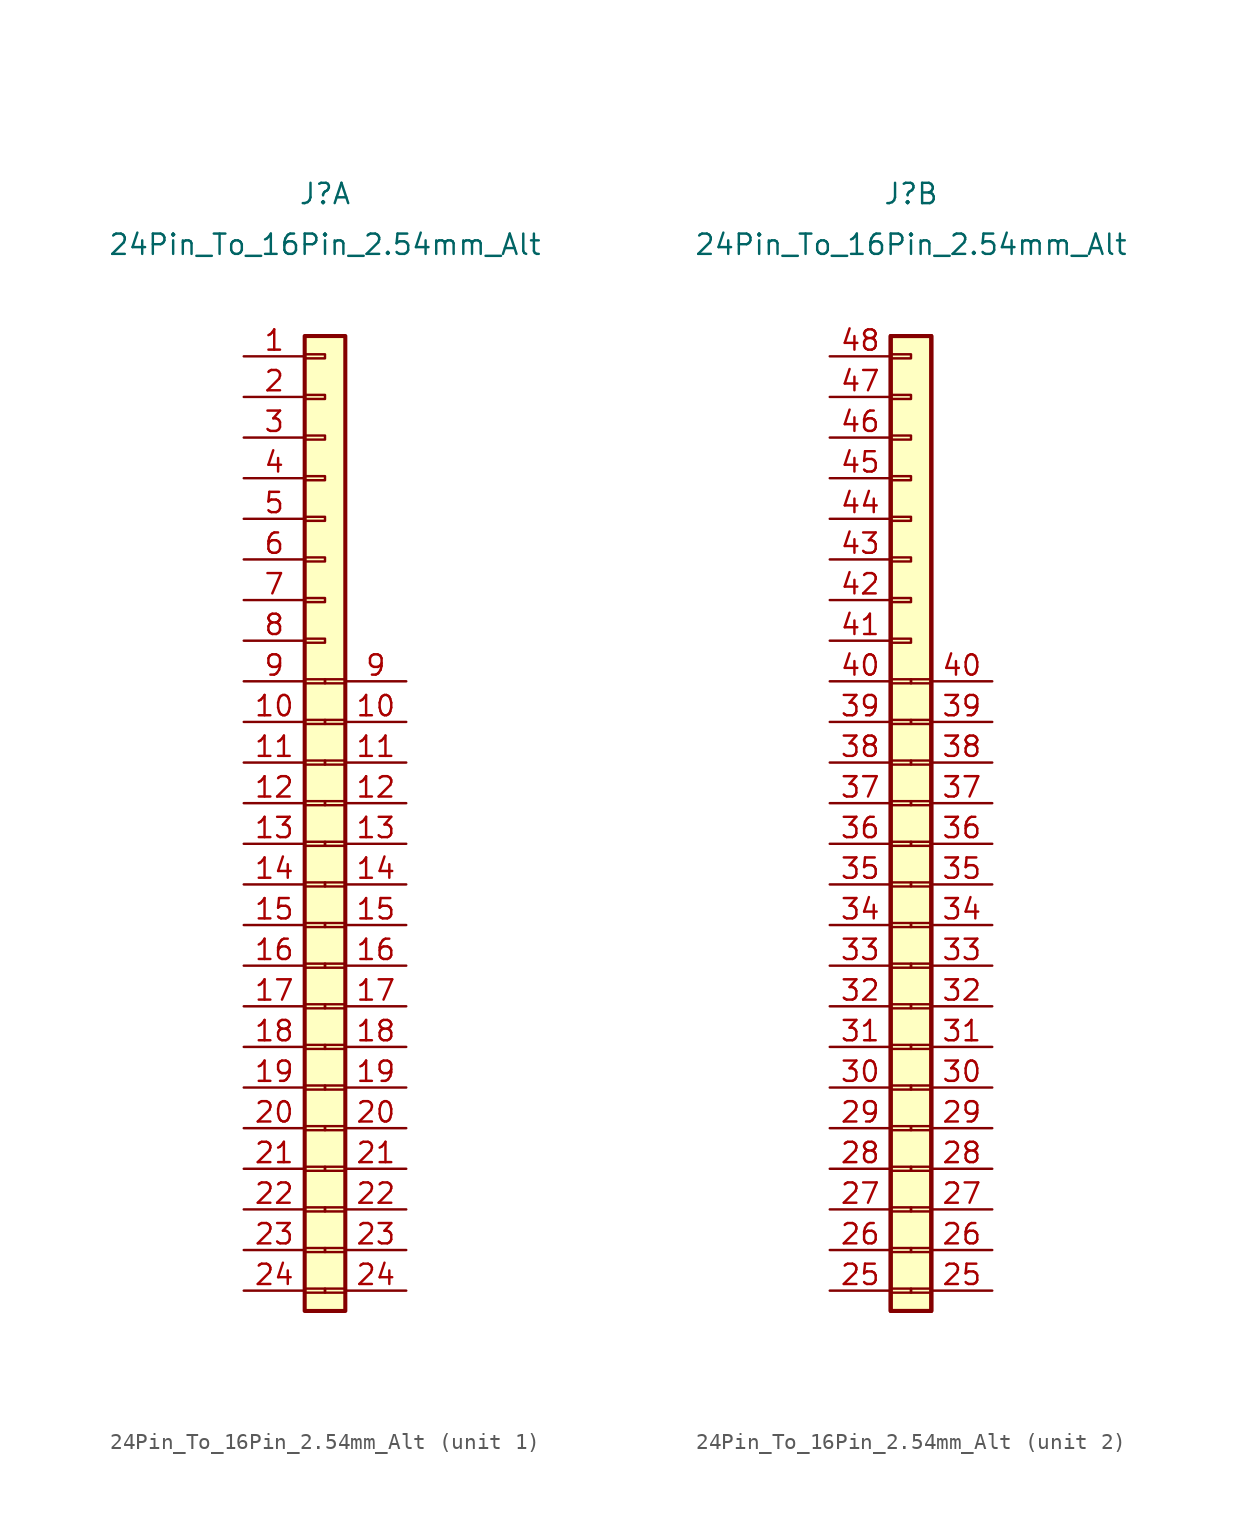
<source format=kicad_sym>
(kicad_symbol_lib
  (version 20211014)
  (generator kicad_symbol_editor)
  (symbol "24Pin_To_16Pin_2.54mm_Alt"
    (property "Reference" "J"
      (at 0 8.89 0)
      (effects (font (size 1.27 1.27))))
    (property "Value" "24Pin_To_16Pin_2.54mm_Alt"
      (at 0 5.715 0)
      (effects (font (size 1.27 1.27))))
    (property "ki_locked" ""
      (at 0 0 0)
      (effects (font (size 1.27 1.27))))
    (symbol "24Pin_To_16Pin_2.54mm_Alt_1_1"
      (rectangle (start -1.27 -59.563) (end 0 -59.817) (stroke (width 0.152) (type default) (color 0 0 0 0)) (fill (type none)))
      (rectangle (start -1.27 -57.023) (end 0 -57.277) (stroke (width 0.152) (type default) (color 0 0 0 0)) (fill (type none)))
      (rectangle (start -1.27 -54.483) (end 0 -54.737) (stroke (width 0.152) (type default) (color 0 0 0 0)) (fill (type none)))
      (rectangle (start -1.27 -51.943) (end 0 -52.197) (stroke (width 0.152) (type default) (color 0 0 0 0)) (fill (type none)))
      (rectangle (start -1.27 -49.403) (end 0 -49.657) (stroke (width 0.152) (type default) (color 0 0 0 0)) (fill (type none)))
      (rectangle (start -1.27 -46.863) (end 0 -47.117) (stroke (width 0.152) (type default) (color 0 0 0 0)) (fill (type none)))
      (rectangle (start -1.27 -44.323) (end 0 -44.577) (stroke (width 0.152) (type default) (color 0 0 0 0)) (fill (type none)))
      (rectangle (start -1.27 -41.783) (end 0 -42.037) (stroke (width 0.152) (type default) (color 0 0 0 0)) (fill (type none)))
      (rectangle (start -1.27 -39.243) (end 0 -39.497) (stroke (width 0.152) (type default) (color 0 0 0 0)) (fill (type none)))
      (rectangle (start -1.27 -36.703) (end 0 -36.957) (stroke (width 0.152) (type default) (color 0 0 0 0)) (fill (type none)))
      (rectangle (start -1.27 -34.163) (end 0 -34.417) (stroke (width 0.152) (type default) (color 0 0 0 0)) (fill (type none)))
      (rectangle (start -1.27 -31.623) (end 0 -31.877) (stroke (width 0.152) (type default) (color 0 0 0 0)) (fill (type none)))
      (rectangle (start -1.27 -29.083) (end 0 -29.337) (stroke (width 0.152) (type default) (color 0 0 0 0)) (fill (type none)))
      (rectangle (start -1.27 -26.543) (end 0 -26.797) (stroke (width 0.152) (type default) (color 0 0 0 0)) (fill (type none)))
      (rectangle (start -1.27 -24.003) (end 0 -24.257) (stroke (width 0.152) (type default) (color 0 0 0 0)) (fill (type none)))
      (rectangle (start -1.27 -21.463) (end 0 -21.717) (stroke (width 0.152) (type default) (color 0 0 0 0)) (fill (type none)))
      (rectangle (start -1.27 -18.923) (end 0 -19.177) (stroke (width 0.152) (type default) (color 0 0 0 0)) (fill (type none)))
      (rectangle (start -1.27 -16.383) (end 0 -16.637) (stroke (width 0.152) (type default) (color 0 0 0 0)) (fill (type none)))
      (rectangle (start -1.27 -13.843) (end 0 -14.097) (stroke (width 0.152) (type default) (color 0 0 0 0)) (fill (type none)))
      (rectangle (start -1.27 -11.303) (end 0 -11.557) (stroke (width 0.152) (type default) (color 0 0 0 0)) (fill (type none)))
      (rectangle (start -1.27 -8.763) (end 0 -9.017) (stroke (width 0.152) (type default) (color 0 0 0 0)) (fill (type none)))
      (rectangle (start -1.27 -6.223) (end 0 -6.477) (stroke (width 0.152) (type default) (color 0 0 0 0)) (fill (type none)))
      (rectangle (start -1.27 -3.683) (end 0 -3.937) (stroke (width 0.152) (type default) (color 0 0 0 0)) (fill (type none)))
      (rectangle (start -1.27 -1.143) (end 0 -1.397) (stroke (width 0.152) (type default) (color 0 0 0 0)) (fill (type none)))
      (rectangle (start -1.27 0) (end 1.27 -60.96) (stroke (width 0.254) (type default) (color 0 0 0 0)) (fill (type background)))
      (rectangle (start 0 -59.817) (end 1.27 -59.563) (stroke (width 0.152) (type default) (color 0 0 0 0)) (fill (type none)))
      (rectangle (start 0 -57.277) (end 1.27 -57.023) (stroke (width 0.152) (type default) (color 0 0 0 0)) (fill (type none)))
      (rectangle (start 0 -54.737) (end 1.27 -54.483) (stroke (width 0.152) (type default) (color 0 0 0 0)) (fill (type none)))
      (rectangle (start 0 -52.197) (end 1.27 -51.943) (stroke (width 0.152) (type default) (color 0 0 0 0)) (fill (type none)))
      (rectangle (start 0 -49.657) (end 1.27 -49.403) (stroke (width 0.152) (type default) (color 0 0 0 0)) (fill (type none)))
      (rectangle (start 0 -47.117) (end 1.27 -46.863) (stroke (width 0.152) (type default) (color 0 0 0 0)) (fill (type none)))
      (rectangle (start 0 -44.577) (end 1.27 -44.323) (stroke (width 0.152) (type default) (color 0 0 0 0)) (fill (type none)))
      (rectangle (start 0 -42.037) (end 1.27 -41.783) (stroke (width 0.152) (type default) (color 0 0 0 0)) (fill (type none)))
      (rectangle (start 0 -39.497) (end 1.27 -39.243) (stroke (width 0.152) (type default) (color 0 0 0 0)) (fill (type none)))
      (rectangle (start 0 -36.957) (end 1.27 -36.703) (stroke (width 0.152) (type default) (color 0 0 0 0)) (fill (type none)))
      (rectangle (start 0 -34.417) (end 1.27 -34.163) (stroke (width 0.152) (type default) (color 0 0 0 0)) (fill (type none)))
      (rectangle (start 0 -31.877) (end 1.27 -31.623) (stroke (width 0.152) (type default) (color 0 0 0 0)) (fill (type none)))
      (rectangle (start 0 -29.337) (end 1.27 -29.083) (stroke (width 0.152) (type default) (color 0 0 0 0)) (fill (type none)))
      (rectangle (start 0 -26.797) (end 1.27 -26.543) (stroke (width 0.152) (type default) (color 0 0 0 0)) (fill (type none)))
      (rectangle (start 0 -24.257) (end 1.27 -24.003) (stroke (width 0.152) (type default) (color 0 0 0 0)) (fill (type none)))
      (rectangle (start 0 -21.717) (end 1.27 -21.463) (stroke (width 0.152) (type default) (color 0 0 0 0)) (fill (type none)))
      (pin passive line (at -5.08 -1.27 0) (length 3.81) (name "" (effects (font (size 1.27 1.27)))) (number "1" (effects (font (size 1.27 1.27)))))
      (pin passive line (at -5.08 -24.13 0) (length 3.81) (name "" (effects (font (size 1.27 1.27)))) (number "10" (effects (font (size 1.27 1.27)))))
      (pin passive line (at 5.08 -24.13 180) (length 3.81) (name "" (effects (font (size 1.27 1.27)))) (number "10" (effects (font (size 1.27 1.27)))))
      (pin passive line (at -5.08 -26.67 0) (length 3.81) (name "" (effects (font (size 1.27 1.27)))) (number "11" (effects (font (size 1.27 1.27)))))
      (pin passive line (at 5.08 -26.67 180) (length 3.81) (name "" (effects (font (size 1.27 1.27)))) (number "11" (effects (font (size 1.27 1.27)))))
      (pin passive line (at -5.08 -29.21 0) (length 3.81) (name "" (effects (font (size 1.27 1.27)))) (number "12" (effects (font (size 1.27 1.27)))))
      (pin passive line (at 5.08 -29.21 180) (length 3.81) (name "" (effects (font (size 1.27 1.27)))) (number "12" (effects (font (size 1.27 1.27)))))
      (pin passive line (at -5.08 -31.75 0) (length 3.81) (name "" (effects (font (size 1.27 1.27)))) (number "13" (effects (font (size 1.27 1.27)))))
      (pin passive line (at 5.08 -31.75 180) (length 3.81) (name "" (effects (font (size 1.27 1.27)))) (number "13" (effects (font (size 1.27 1.27)))))
      (pin passive line (at -5.08 -34.29 0) (length 3.81) (name "" (effects (font (size 1.27 1.27)))) (number "14" (effects (font (size 1.27 1.27)))))
      (pin passive line (at 5.08 -34.29 180) (length 3.81) (name "" (effects (font (size 1.27 1.27)))) (number "14" (effects (font (size 1.27 1.27)))))
      (pin passive line (at -5.08 -36.83 0) (length 3.81) (name "" (effects (font (size 1.27 1.27)))) (number "15" (effects (font (size 1.27 1.27)))))
      (pin passive line (at 5.08 -36.83 180) (length 3.81) (name "" (effects (font (size 1.27 1.27)))) (number "15" (effects (font (size 1.27 1.27)))))
      (pin passive line (at -5.08 -39.37 0) (length 3.81) (name "" (effects (font (size 1.27 1.27)))) (number "16" (effects (font (size 1.27 1.27)))))
      (pin passive line (at 5.08 -39.37 180) (length 3.81) (name "" (effects (font (size 1.27 1.27)))) (number "16" (effects (font (size 1.27 1.27)))))
      (pin passive line (at -5.08 -41.91 0) (length 3.81) (name "" (effects (font (size 1.27 1.27)))) (number "17" (effects (font (size 1.27 1.27)))))
      (pin passive line (at 5.08 -41.91 180) (length 3.81) (name "" (effects (font (size 1.27 1.27)))) (number "17" (effects (font (size 1.27 1.27)))))
      (pin passive line (at -5.08 -44.45 0) (length 3.81) (name "" (effects (font (size 1.27 1.27)))) (number "18" (effects (font (size 1.27 1.27)))))
      (pin passive line (at 5.08 -44.45 180) (length 3.81) (name "" (effects (font (size 1.27 1.27)))) (number "18" (effects (font (size 1.27 1.27)))))
      (pin passive line (at -5.08 -46.99 0) (length 3.81) (name "" (effects (font (size 1.27 1.27)))) (number "19" (effects (font (size 1.27 1.27)))))
      (pin passive line (at 5.08 -46.99 180) (length 3.81) (name "" (effects (font (size 1.27 1.27)))) (number "19" (effects (font (size 1.27 1.27)))))
      (pin passive line (at -5.08 -3.81 0) (length 3.81) (name "" (effects (font (size 1.27 1.27)))) (number "2" (effects (font (size 1.27 1.27)))))
      (pin passive line (at -5.08 -49.53 0) (length 3.81) (name "" (effects (font (size 1.27 1.27)))) (number "20" (effects (font (size 1.27 1.27)))))
      (pin passive line (at 5.08 -49.53 180) (length 3.81) (name "" (effects (font (size 1.27 1.27)))) (number "20" (effects (font (size 1.27 1.27)))))
      (pin passive line (at -5.08 -52.07 0) (length 3.81) (name "" (effects (font (size 1.27 1.27)))) (number "21" (effects (font (size 1.27 1.27)))))
      (pin passive line (at 5.08 -52.07 180) (length 3.81) (name "" (effects (font (size 1.27 1.27)))) (number "21" (effects (font (size 1.27 1.27)))))
      (pin passive line (at -5.08 -54.61 0) (length 3.81) (name "" (effects (font (size 1.27 1.27)))) (number "22" (effects (font (size 1.27 1.27)))))
      (pin passive line (at 5.08 -54.61 180) (length 3.81) (name "" (effects (font (size 1.27 1.27)))) (number "22" (effects (font (size 1.27 1.27)))))
      (pin passive line (at -5.08 -57.15 0) (length 3.81) (name "" (effects (font (size 1.27 1.27)))) (number "23" (effects (font (size 1.27 1.27)))))
      (pin passive line (at 5.08 -57.15 180) (length 3.81) (name "" (effects (font (size 1.27 1.27)))) (number "23" (effects (font (size 1.27 1.27)))))
      (pin passive line (at -5.08 -59.69 0) (length 3.81) (name "" (effects (font (size 1.27 1.27)))) (number "24" (effects (font (size 1.27 1.27)))))
      (pin passive line (at 5.08 -59.69 180) (length 3.81) (name "" (effects (font (size 1.27 1.27)))) (number "24" (effects (font (size 1.27 1.27)))))
      (pin passive line (at -5.08 -6.35 0) (length 3.81) (name "" (effects (font (size 1.27 1.27)))) (number "3" (effects (font (size 1.27 1.27)))))
      (pin passive line (at -5.08 -8.89 0) (length 3.81) (name "" (effects (font (size 1.27 1.27)))) (number "4" (effects (font (size 1.27 1.27)))))
      (pin passive line (at -5.08 -11.43 0) (length 3.81) (name "" (effects (font (size 1.27 1.27)))) (number "5" (effects (font (size 1.27 1.27)))))
      (pin passive line (at -5.08 -13.97 0) (length 3.81) (name "" (effects (font (size 1.27 1.27)))) (number "6" (effects (font (size 1.27 1.27)))))
      (pin passive line (at -5.08 -16.51 0) (length 3.81) (name "" (effects (font (size 1.27 1.27)))) (number "7" (effects (font (size 1.27 1.27)))))
      (pin passive line (at -5.08 -19.05 0) (length 3.81) (name "" (effects (font (size 1.27 1.27)))) (number "8" (effects (font (size 1.27 1.27)))))
      (pin passive line (at -5.08 -21.59 0) (length 3.81) (name "" (effects (font (size 1.27 1.27)))) (number "9" (effects (font (size 1.27 1.27)))))
      (pin passive line (at 5.08 -21.59 180) (length 3.81) (name "" (effects (font (size 1.27 1.27)))) (number "9" (effects (font (size 1.27 1.27))))))
    (symbol "24Pin_To_16Pin_2.54mm_Alt_2_1"
      (rectangle (start -1.27 -60.96) (end 1.27 0) (stroke (width 0.254) (type default) (color 0 0 0 0)) (fill (type background)))
      (rectangle (start -1.27 -59.563) (end 0 -59.817) (stroke (width 0.152) (type default) (color 0 0 0 0)) (fill (type none)))
      (rectangle (start -1.27 -57.023) (end 0 -57.277) (stroke (width 0.152) (type default) (color 0 0 0 0)) (fill (type none)))
      (rectangle (start -1.27 -54.483) (end 0 -54.737) (stroke (width 0.152) (type default) (color 0 0 0 0)) (fill (type none)))
      (rectangle (start -1.27 -51.943) (end 0 -52.197) (stroke (width 0.152) (type default) (color 0 0 0 0)) (fill (type none)))
      (rectangle (start -1.27 -49.403) (end 0 -49.657) (stroke (width 0.152) (type default) (color 0 0 0 0)) (fill (type none)))
      (rectangle (start -1.27 -46.863) (end 0 -47.117) (stroke (width 0.152) (type default) (color 0 0 0 0)) (fill (type none)))
      (rectangle (start -1.27 -44.323) (end 0 -44.577) (stroke (width 0.152) (type default) (color 0 0 0 0)) (fill (type none)))
      (rectangle (start -1.27 -41.783) (end 0 -42.037) (stroke (width 0.152) (type default) (color 0 0 0 0)) (fill (type none)))
      (rectangle (start -1.27 -39.243) (end 0 -39.497) (stroke (width 0.152) (type default) (color 0 0 0 0)) (fill (type none)))
      (rectangle (start -1.27 -36.703) (end 0 -36.957) (stroke (width 0.152) (type default) (color 0 0 0 0)) (fill (type none)))
      (rectangle (start -1.27 -34.163) (end 0 -34.417) (stroke (width 0.152) (type default) (color 0 0 0 0)) (fill (type none)))
      (rectangle (start -1.27 -31.623) (end 0 -31.877) (stroke (width 0.152) (type default) (color 0 0 0 0)) (fill (type none)))
      (rectangle (start -1.27 -29.083) (end 0 -29.337) (stroke (width 0.152) (type default) (color 0 0 0 0)) (fill (type none)))
      (rectangle (start -1.27 -26.543) (end 0 -26.797) (stroke (width 0.152) (type default) (color 0 0 0 0)) (fill (type none)))
      (rectangle (start -1.27 -24.003) (end 0 -24.257) (stroke (width 0.152) (type default) (color 0 0 0 0)) (fill (type none)))
      (rectangle (start -1.27 -21.463) (end 0 -21.717) (stroke (width 0.152) (type default) (color 0 0 0 0)) (fill (type none)))
      (rectangle (start -1.27 -18.923) (end 0 -19.177) (stroke (width 0.152) (type default) (color 0 0 0 0)) (fill (type none)))
      (rectangle (start -1.27 -16.383) (end 0 -16.637) (stroke (width 0.152) (type default) (color 0 0 0 0)) (fill (type none)))
      (rectangle (start -1.27 -13.843) (end 0 -14.097) (stroke (width 0.152) (type default) (color 0 0 0 0)) (fill (type none)))
      (rectangle (start -1.27 -11.303) (end 0 -11.557) (stroke (width 0.152) (type default) (color 0 0 0 0)) (fill (type none)))
      (rectangle (start -1.27 -8.763) (end 0 -9.017) (stroke (width 0.152) (type default) (color 0 0 0 0)) (fill (type none)))
      (rectangle (start -1.27 -6.223) (end 0 -6.477) (stroke (width 0.152) (type default) (color 0 0 0 0)) (fill (type none)))
      (rectangle (start -1.27 -3.683) (end 0 -3.937) (stroke (width 0.152) (type default) (color 0 0 0 0)) (fill (type none)))
      (rectangle (start -1.27 -1.143) (end 0 -1.397) (stroke (width 0.152) (type default) (color 0 0 0 0)) (fill (type none)))
      (rectangle (start -1.27 0) (end 1.27 -60.96) (stroke (width 0.254) (type default) (color 0 0 0 0)) (fill (type background)))
      (rectangle (start 0 -59.817) (end 1.27 -59.563) (stroke (width 0.152) (type default) (color 0 0 0 0)) (fill (type none)))
      (rectangle (start 0 -57.277) (end 1.27 -57.023) (stroke (width 0.152) (type default) (color 0 0 0 0)) (fill (type none)))
      (rectangle (start 0 -54.737) (end 1.27 -54.483) (stroke (width 0.152) (type default) (color 0 0 0 0)) (fill (type none)))
      (rectangle (start 0 -52.197) (end 1.27 -51.943) (stroke (width 0.152) (type default) (color 0 0 0 0)) (fill (type none)))
      (rectangle (start 0 -49.657) (end 1.27 -49.403) (stroke (width 0.152) (type default) (color 0 0 0 0)) (fill (type none)))
      (rectangle (start 0 -47.117) (end 1.27 -46.863) (stroke (width 0.152) (type default) (color 0 0 0 0)) (fill (type none)))
      (rectangle (start 0 -44.577) (end 1.27 -44.323) (stroke (width 0.152) (type default) (color 0 0 0 0)) (fill (type none)))
      (rectangle (start 0 -42.037) (end 1.27 -41.783) (stroke (width 0.152) (type default) (color 0 0 0 0)) (fill (type none)))
      (rectangle (start 0 -39.497) (end 1.27 -39.243) (stroke (width 0.152) (type default) (color 0 0 0 0)) (fill (type none)))
      (rectangle (start 0 -36.957) (end 1.27 -36.703) (stroke (width 0.152) (type default) (color 0 0 0 0)) (fill (type none)))
      (rectangle (start 0 -34.417) (end 1.27 -34.163) (stroke (width 0.152) (type default) (color 0 0 0 0)) (fill (type none)))
      (rectangle (start 0 -31.877) (end 1.27 -31.623) (stroke (width 0.152) (type default) (color 0 0 0 0)) (fill (type none)))
      (rectangle (start 0 -29.337) (end 1.27 -29.083) (stroke (width 0.152) (type default) (color 0 0 0 0)) (fill (type none)))
      (rectangle (start 0 -26.797) (end 1.27 -26.543) (stroke (width 0.152) (type default) (color 0 0 0 0)) (fill (type none)))
      (rectangle (start 0 -24.257) (end 1.27 -24.003) (stroke (width 0.152) (type default) (color 0 0 0 0)) (fill (type none)))
      (rectangle (start 0 -21.717) (end 1.27 -21.463) (stroke (width 0.152) (type default) (color 0 0 0 0)) (fill (type none)))
      (pin passive line (at -5.08 -59.69 0) (length 3.81) (name "" (effects (font (size 1.27 1.27)))) (number "25" (effects (font (size 1.27 1.27)))))
      (pin passive line (at 5.08 -59.69 180) (length 3.81) (name "" (effects (font (size 1.27 1.27)))) (number "25" (effects (font (size 1.27 1.27)))))
      (pin passive line (at -5.08 -57.15 0) (length 3.81) (name "" (effects (font (size 1.27 1.27)))) (number "26" (effects (font (size 1.27 1.27)))))
      (pin passive line (at 5.08 -57.15 180) (length 3.81) (name "" (effects (font (size 1.27 1.27)))) (number "26" (effects (font (size 1.27 1.27)))))
      (pin passive line (at -5.08 -54.61 0) (length 3.81) (name "" (effects (font (size 1.27 1.27)))) (number "27" (effects (font (size 1.27 1.27)))))
      (pin passive line (at 5.08 -54.61 180) (length 3.81) (name "" (effects (font (size 1.27 1.27)))) (number "27" (effects (font (size 1.27 1.27)))))
      (pin passive line (at -5.08 -52.07 0) (length 3.81) (name "" (effects (font (size 1.27 1.27)))) (number "28" (effects (font (size 1.27 1.27)))))
      (pin passive line (at 5.08 -52.07 180) (length 3.81) (name "" (effects (font (size 1.27 1.27)))) (number "28" (effects (font (size 1.27 1.27)))))
      (pin passive line (at -5.08 -49.53 0) (length 3.81) (name "" (effects (font (size 1.27 1.27)))) (number "29" (effects (font (size 1.27 1.27)))))
      (pin passive line (at 5.08 -49.53 180) (length 3.81) (name "" (effects (font (size 1.27 1.27)))) (number "29" (effects (font (size 1.27 1.27)))))
      (pin passive line (at -5.08 -46.99 0) (length 3.81) (name "" (effects (font (size 1.27 1.27)))) (number "30" (effects (font (size 1.27 1.27)))))
      (pin passive line (at 5.08 -46.99 180) (length 3.81) (name "" (effects (font (size 1.27 1.27)))) (number "30" (effects (font (size 1.27 1.27)))))
      (pin passive line (at -5.08 -44.45 0) (length 3.81) (name "" (effects (font (size 1.27 1.27)))) (number "31" (effects (font (size 1.27 1.27)))))
      (pin passive line (at 5.08 -44.45 180) (length 3.81) (name "" (effects (font (size 1.27 1.27)))) (number "31" (effects (font (size 1.27 1.27)))))
      (pin passive line (at -5.08 -41.91 0) (length 3.81) (name "" (effects (font (size 1.27 1.27)))) (number "32" (effects (font (size 1.27 1.27)))))
      (pin passive line (at 5.08 -41.91 180) (length 3.81) (name "" (effects (font (size 1.27 1.27)))) (number "32" (effects (font (size 1.27 1.27)))))
      (pin passive line (at -5.08 -39.37 0) (length 3.81) (name "" (effects (font (size 1.27 1.27)))) (number "33" (effects (font (size 1.27 1.27)))))
      (pin passive line (at 5.08 -39.37 180) (length 3.81) (name "" (effects (font (size 1.27 1.27)))) (number "33" (effects (font (size 1.27 1.27)))))
      (pin passive line (at -5.08 -36.83 0) (length 3.81) (name "" (effects (font (size 1.27 1.27)))) (number "34" (effects (font (size 1.27 1.27)))))
      (pin passive line (at 5.08 -36.83 180) (length 3.81) (name "" (effects (font (size 1.27 1.27)))) (number "34" (effects (font (size 1.27 1.27)))))
      (pin passive line (at -5.08 -34.29 0) (length 3.81) (name "" (effects (font (size 1.27 1.27)))) (number "35" (effects (font (size 1.27 1.27)))))
      (pin passive line (at 5.08 -34.29 180) (length 3.81) (name "" (effects (font (size 1.27 1.27)))) (number "35" (effects (font (size 1.27 1.27)))))
      (pin passive line (at -5.08 -31.75 0) (length 3.81) (name "" (effects (font (size 1.27 1.27)))) (number "36" (effects (font (size 1.27 1.27)))))
      (pin passive line (at 5.08 -31.75 180) (length 3.81) (name "" (effects (font (size 1.27 1.27)))) (number "36" (effects (font (size 1.27 1.27)))))
      (pin passive line (at -5.08 -29.21 0) (length 3.81) (name "" (effects (font (size 1.27 1.27)))) (number "37" (effects (font (size 1.27 1.27)))))
      (pin passive line (at 5.08 -29.21 180) (length 3.81) (name "" (effects (font (size 1.27 1.27)))) (number "37" (effects (font (size 1.27 1.27)))))
      (pin passive line (at -5.08 -26.67 0) (length 3.81) (name "" (effects (font (size 1.27 1.27)))) (number "38" (effects (font (size 1.27 1.27)))))
      (pin passive line (at 5.08 -26.67 180) (length 3.81) (name "" (effects (font (size 1.27 1.27)))) (number "38" (effects (font (size 1.27 1.27)))))
      (pin passive line (at -5.08 -24.13 0) (length 3.81) (name "" (effects (font (size 1.27 1.27)))) (number "39" (effects (font (size 1.27 1.27)))))
      (pin passive line (at 5.08 -24.13 180) (length 3.81) (name "" (effects (font (size 1.27 1.27)))) (number "39" (effects (font (size 1.27 1.27)))))
      (pin passive line (at -5.08 -21.59 0) (length 3.81) (name "" (effects (font (size 1.27 1.27)))) (number "40" (effects (font (size 1.27 1.27)))))
      (pin passive line (at 5.08 -21.59 180) (length 3.81) (name "" (effects (font (size 1.27 1.27)))) (number "40" (effects (font (size 1.27 1.27)))))
      (pin passive line (at -5.08 -19.05 0) (length 3.81) (name "" (effects (font (size 1.27 1.27)))) (number "41" (effects (font (size 1.27 1.27)))))
      (pin passive line (at -5.08 -16.51 0) (length 3.81) (name "" (effects (font (size 1.27 1.27)))) (number "42" (effects (font (size 1.27 1.27)))))
      (pin passive line (at -5.08 -13.97 0) (length 3.81) (name "" (effects (font (size 1.27 1.27)))) (number "43" (effects (font (size 1.27 1.27)))))
      (pin passive line (at -5.08 -11.43 0) (length 3.81) (name "" (effects (font (size 1.27 1.27)))) (number "44" (effects (font (size 1.27 1.27)))))
      (pin passive line (at -5.08 -8.89 0) (length 3.81) (name "" (effects (font (size 1.27 1.27)))) (number "45" (effects (font (size 1.27 1.27)))))
      (pin passive line (at -5.08 -6.35 0) (length 3.81) (name "" (effects (font (size 1.27 1.27)))) (number "46" (effects (font (size 1.27 1.27)))))
      (pin passive line (at -5.08 -3.81 0) (length 3.81) (name "" (effects (font (size 1.27 1.27)))) (number "47" (effects (font (size 1.27 1.27)))))
      (pin passive line (at -5.08 -1.27 0) (length 3.81) (name "" (effects (font (size 1.27 1.27)))) (number "48" (effects (font (size 1.27 1.27))))))))
</source>
